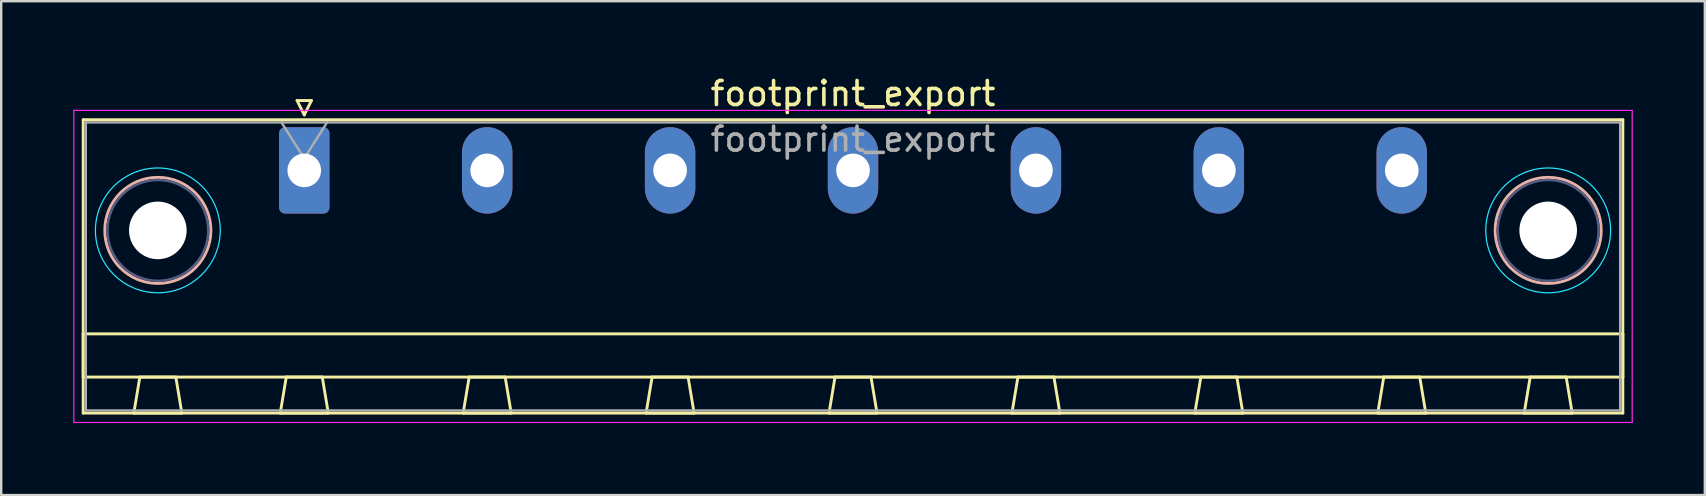
<source format=kicad_pcb>
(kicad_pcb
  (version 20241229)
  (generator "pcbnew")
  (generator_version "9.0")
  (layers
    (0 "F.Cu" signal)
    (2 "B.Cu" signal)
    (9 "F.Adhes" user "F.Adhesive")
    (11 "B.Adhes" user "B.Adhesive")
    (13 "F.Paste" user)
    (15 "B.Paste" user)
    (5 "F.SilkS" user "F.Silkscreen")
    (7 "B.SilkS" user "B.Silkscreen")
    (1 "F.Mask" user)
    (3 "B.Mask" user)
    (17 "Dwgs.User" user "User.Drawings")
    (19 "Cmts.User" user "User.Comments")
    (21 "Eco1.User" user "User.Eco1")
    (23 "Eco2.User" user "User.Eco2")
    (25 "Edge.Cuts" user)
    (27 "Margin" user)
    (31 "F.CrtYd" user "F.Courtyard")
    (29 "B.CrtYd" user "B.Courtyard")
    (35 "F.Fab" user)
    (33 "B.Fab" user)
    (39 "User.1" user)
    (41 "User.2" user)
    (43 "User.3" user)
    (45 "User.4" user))
  (footprint "footprint_export"
    (layer "F.Cu")
    (at 9.625 4.048)
    (property "Reference" "footprint_export" (at 22.86 -3.2 0) (layer "F.SilkS") (effects (font (size 1 1) (thickness 0.15))))
    (attr through_hole)
    (fp_line (start -9.21 -2.11) (end -9.21 10.11) (stroke (width 0.12) (type solid)) (layer "F.SilkS"))
    (fp_line (start -9.21 6.81) (end 54.93 6.81) (stroke (width 0.12) (type solid)) (layer "F.SilkS"))
    (fp_line (start -9.21 8.61) (end -9.21 6.81) (stroke (width 0.12) (type solid)) (layer "F.SilkS"))
    (fp_line (start -9.21 10.11) (end 54.93 10.11) (stroke (width 0.12) (type solid)) (layer "F.SilkS"))
    (fp_line (start -7.1 10.11) (end -5.1 10.11) (stroke (width 0.12) (type solid)) (layer "F.SilkS"))
    (fp_line (start -6.85 8.61) (end -7.1 10.11) (stroke (width 0.12) (type solid)) (layer "F.SilkS"))
    (fp_line (start -5.35 8.61) (end -6.85 8.61) (stroke (width 0.12) (type solid)) (layer "F.SilkS"))
    (fp_line (start -5.1 10.11) (end -5.35 8.61) (stroke (width 0.12) (type solid)) (layer "F.SilkS"))
    (fp_line (start -1 10.11) (end 1 10.11) (stroke (width 0.12) (type solid)) (layer "F.SilkS"))
    (fp_line (start -0.75 8.61) (end -1 10.11) (stroke (width 0.12) (type solid)) (layer "F.SilkS"))
    (fp_line (start -0.3 -2.91) (end 0.3 -2.91) (stroke (width 0.12) (type solid)) (layer "F.SilkS"))
    (fp_line (start 0 -2.31) (end -0.3 -2.91) (stroke (width 0.12) (type solid)) (layer "F.SilkS"))
    (fp_line (start 0.3 -2.91) (end 0 -2.31) (stroke (width 0.12) (type solid)) (layer "F.SilkS"))
    (fp_line (start 0.75 8.61) (end -0.75 8.61) (stroke (width 0.12) (type solid)) (layer "F.SilkS"))
    (fp_line (start 1 10.11) (end 0.75 8.61) (stroke (width 0.12) (type solid)) (layer "F.SilkS"))
    (fp_line (start 6.62 10.11) (end 8.62 10.11) (stroke (width 0.12) (type solid)) (layer "F.SilkS"))
    (fp_line (start 6.87 8.61) (end 6.62 10.11) (stroke (width 0.12) (type solid)) (layer "F.SilkS"))
    (fp_line (start 8.37 8.61) (end 6.87 8.61) (stroke (width 0.12) (type solid)) (layer "F.SilkS"))
    (fp_line (start 8.62 10.11) (end 8.37 8.61) (stroke (width 0.12) (type solid)) (layer "F.SilkS"))
    (fp_line (start 14.24 10.11) (end 16.24 10.11) (stroke (width 0.12) (type solid)) (layer "F.SilkS"))
    (fp_line (start 14.49 8.61) (end 14.24 10.11) (stroke (width 0.12) (type solid)) (layer "F.SilkS"))
    (fp_line (start 15.99 8.61) (end 14.49 8.61) (stroke (width 0.12) (type solid)) (layer "F.SilkS"))
    (fp_line (start 16.24 10.11) (end 15.99 8.61) (stroke (width 0.12) (type solid)) (layer "F.SilkS"))
    (fp_line (start 21.86 10.11) (end 23.86 10.11) (stroke (width 0.12) (type solid)) (layer "F.SilkS"))
    (fp_line (start 22.11 8.61) (end 21.86 10.11) (stroke (width 0.12) (type solid)) (layer "F.SilkS"))
    (fp_line (start 23.61 8.61) (end 22.11 8.61) (stroke (width 0.12) (type solid)) (layer "F.SilkS"))
    (fp_line (start 23.86 10.11) (end 23.61 8.61) (stroke (width 0.12) (type solid)) (layer "F.SilkS"))
    (fp_line (start 29.48 10.11) (end 31.48 10.11) (stroke (width 0.12) (type solid)) (layer "F.SilkS"))
    (fp_line (start 29.73 8.61) (end 29.48 10.11) (stroke (width 0.12) (type solid)) (layer "F.SilkS"))
    (fp_line (start 31.23 8.61) (end 29.73 8.61) (stroke (width 0.12) (type solid)) (layer "F.SilkS"))
    (fp_line (start 31.48 10.11) (end 31.23 8.61) (stroke (width 0.12) (type solid)) (layer "F.SilkS"))
    (fp_line (start 37.1 10.11) (end 39.1 10.11) (stroke (width 0.12) (type solid)) (layer "F.SilkS"))
    (fp_line (start 37.35 8.61) (end 37.1 10.11) (stroke (width 0.12) (type solid)) (layer "F.SilkS"))
    (fp_line (start 38.85 8.61) (end 37.35 8.61) (stroke (width 0.12) (type solid)) (layer "F.SilkS"))
    (fp_line (start 39.1 10.11) (end 38.85 8.61) (stroke (width 0.12) (type solid)) (layer "F.SilkS"))
    (fp_line (start 44.72 10.11) (end 46.72 10.11) (stroke (width 0.12) (type solid)) (layer "F.SilkS"))
    (fp_line (start 44.97 8.61) (end 44.72 10.11) (stroke (width 0.12) (type solid)) (layer "F.SilkS"))
    (fp_line (start 46.47 8.61) (end 44.97 8.61) (stroke (width 0.12) (type solid)) (layer "F.SilkS"))
    (fp_line (start 46.72 10.11) (end 46.47 8.61) (stroke (width 0.12) (type solid)) (layer "F.SilkS"))
    (fp_line (start 50.82 10.11) (end 52.82 10.11) (stroke (width 0.12) (type solid)) (layer "F.SilkS"))
    (fp_line (start 51.07 8.61) (end 50.82 10.11) (stroke (width 0.12) (type solid)) (layer "F.SilkS"))
    (fp_line (start 52.57 8.61) (end 51.07 8.61) (stroke (width 0.12) (type solid)) (layer "F.SilkS"))
    (fp_line (start 52.82 10.11) (end 52.57 8.61) (stroke (width 0.12) (type solid)) (layer "F.SilkS"))
    (fp_line (start 54.93 -2.11) (end -9.21 -2.11) (stroke (width 0.12) (type solid)) (layer "F.SilkS"))
    (fp_line (start 54.93 6.81) (end 54.93 8.61) (stroke (width 0.12) (type solid)) (layer "F.SilkS"))
    (fp_line (start 54.93 8.61) (end -9.21 8.61) (stroke (width 0.12) (type solid)) (layer "F.SilkS"))
    (fp_line (start 54.93 10.11) (end 54.93 -2.11) (stroke (width 0.12) (type solid)) (layer "F.SilkS"))
    (fp_circle (center -6.1 2.5) (end -3.89 2.5) (stroke (width 0.12) (type solid)) (fill no) (layer "B.SilkS"))
    (fp_circle (center 51.82 2.5) (end 54.03 2.5) (stroke (width 0.12) (type solid)) (fill no) (layer "B.SilkS"))
    (fp_circle (center -6.1 2.5) (end -3.5 2.5) (stroke (width 0.05) (type solid)) (fill no) (layer "B.CrtYd"))
    (fp_circle (center 51.82 2.5) (end 54.42 2.5) (stroke (width 0.05) (type solid)) (fill no) (layer "B.CrtYd"))
    (fp_line (start -9.6 -2.5) (end -9.6 10.5) (stroke (width 0.05) (type solid)) (layer "F.CrtYd"))
    (fp_line (start -9.6 10.5) (end 55.32 10.5) (stroke (width 0.05) (type solid)) (layer "F.CrtYd"))
    (fp_line (start 55.32 -2.5) (end -9.6 -2.5) (stroke (width 0.05) (type solid)) (layer "F.CrtYd"))
    (fp_line (start 55.32 10.5) (end 55.32 -2.5) (stroke (width 0.05) (type solid)) (layer "F.CrtYd"))
    (fp_circle (center -6.1 2.5) (end -4 2.5) (stroke (width 0.1) (type solid)) (fill no) (layer "B.Fab"))
    (fp_circle (center 51.82 2.5) (end 53.92 2.5) (stroke (width 0.1) (type solid)) (fill no) (layer "B.Fab"))
    (fp_line (start -9.1 -2) (end -9.1 10) (stroke (width 0.1) (type solid)) (layer "F.Fab"))
    (fp_line (start -9.1 10) (end 54.82 10) (stroke (width 0.1) (type solid)) (layer "F.Fab"))
    (fp_line (start 0 -0.5) (end -0.95 -2) (stroke (width 0.1) (type solid)) (layer "F.Fab"))
    (fp_line (start 0.95 -2) (end 0 -0.5) (stroke (width 0.1) (type solid)) (layer "F.Fab"))
    (fp_line (start 54.82 -2) (end -9.1 -2) (stroke (width 0.1) (type solid)) (layer "F.Fab"))
    (fp_line (start 54.82 10) (end 54.82 -2) (stroke (width 0.1) (type solid)) (layer "F.Fab"))
    (fp_text user "${REFERENCE}" (at 22.86 -1.3 0) (layer "F.Fab") (effects (font (size 1 1) (thickness 0.15))))
    (pad "" np_thru_hole circle (at -6.1 2.5) (size 2.4 2.4) (drill 2.4) (layers "*.Cu" "*.Mask"))
    (pad "" np_thru_hole circle (at 51.82 2.5) (size 2.4 2.4) (drill 2.4) (layers "*.Cu" "*.Mask"))
    (pad "1" thru_hole roundrect (at 0 0) (size 2.1 3.6) (drill 1.4) (layers "*.Cu" "*.Mask") (roundrect_rratio 0.119))
    (pad "2" thru_hole oval (at 7.62 0) (size 2.1 3.6) (drill 1.4) (layers "*.Cu" "*.Mask"))
    (pad "3" thru_hole oval (at 15.24 0) (size 2.1 3.6) (drill 1.4) (layers "*.Cu" "*.Mask"))
    (pad "4" thru_hole oval (at 22.86 0) (size 2.1 3.6) (drill 1.4) (layers "*.Cu" "*.Mask"))
    (pad "5" thru_hole oval (at 30.48 0) (size 2.1 3.6) (drill 1.4) (layers "*.Cu" "*.Mask"))
    (pad "6" thru_hole oval (at 38.1 0) (size 2.1 3.6) (drill 1.4) (layers "*.Cu" "*.Mask"))
    (pad "7" thru_hole oval (at 45.72 0) (size 2.1 3.6) (drill 1.4) (layers "*.Cu" "*.Mask")))
  (gr_rect
    (start -3 -3)
    (end 67.97 17.573)
    (stroke (width 0.1) (type default))
    (fill no)
    (layer "Edge.Cuts")))
</source>
